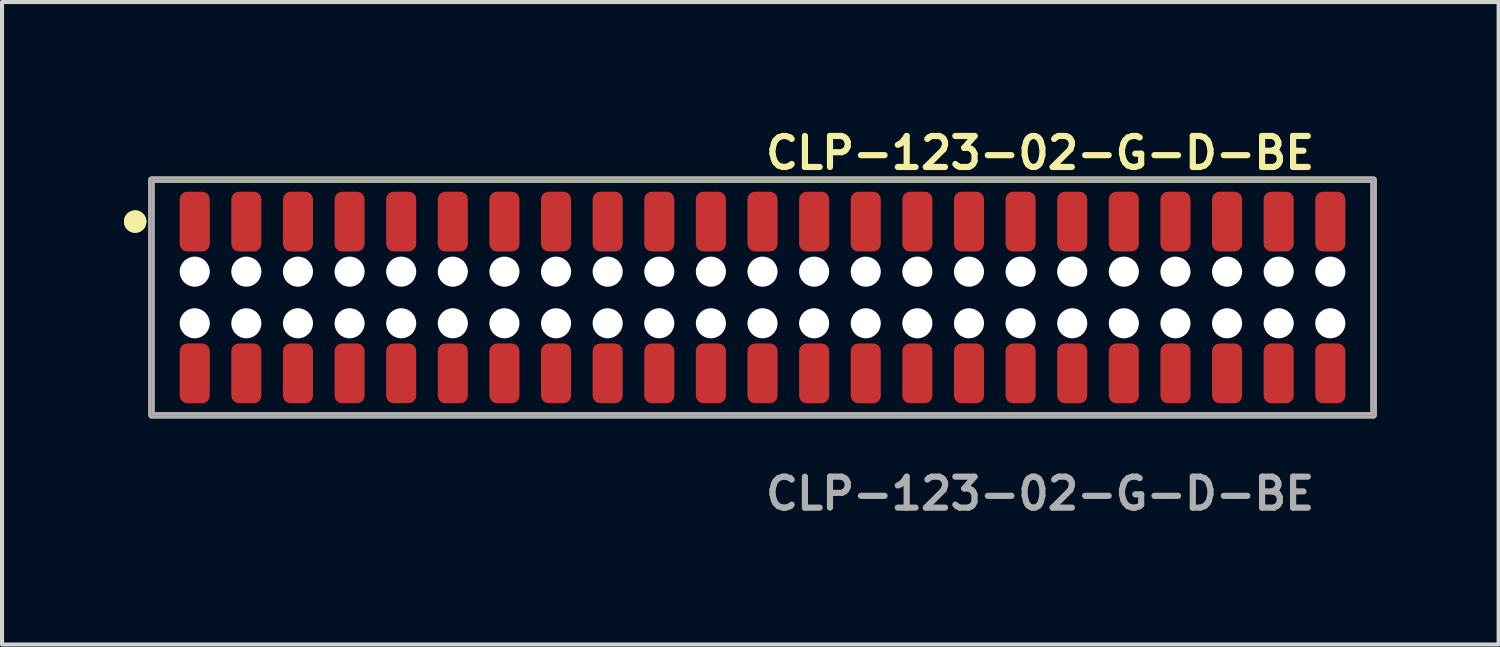
<source format=kicad_pcb>
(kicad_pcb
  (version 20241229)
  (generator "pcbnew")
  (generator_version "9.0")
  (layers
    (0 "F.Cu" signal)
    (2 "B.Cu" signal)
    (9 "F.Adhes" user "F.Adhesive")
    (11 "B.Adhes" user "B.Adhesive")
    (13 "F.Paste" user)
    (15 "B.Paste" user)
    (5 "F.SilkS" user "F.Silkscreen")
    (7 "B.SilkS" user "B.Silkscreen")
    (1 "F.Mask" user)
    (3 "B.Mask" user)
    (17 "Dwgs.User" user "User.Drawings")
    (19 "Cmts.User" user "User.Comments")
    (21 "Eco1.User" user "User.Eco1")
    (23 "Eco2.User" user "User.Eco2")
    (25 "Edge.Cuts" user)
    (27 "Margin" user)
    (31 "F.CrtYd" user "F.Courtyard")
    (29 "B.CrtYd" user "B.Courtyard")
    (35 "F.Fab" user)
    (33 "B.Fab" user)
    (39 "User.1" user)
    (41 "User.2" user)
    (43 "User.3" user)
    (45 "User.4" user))
  (footprint "CLP-123-02-G-D-BE"
    (layer "F.Cu")
    (at 15.711 4.269)
    (property "Reference" "CLP-123-02-G-D-BE" (at 0 -3.556 0) (unlocked yes) (layer "F.SilkS") (effects (font (size 0.762 0.762) (thickness 0.152)) (justify left)))
    (fp_rect (start -15.035 2.9) (end 15.035 -2.9) (stroke (width 0.152) (type solid)) (fill no) (layer "F.SilkS"))
    (fp_circle (center -15.435 -1.867) (end -15.635 -1.867) (stroke (width 0.152) (type solid)) (fill yes) (layer "F.SilkS"))
    (fp_circle (center -15.435 -1.867) (end -15.635 -1.867) (stroke (width 0.152) (type solid)) (fill yes) (layer "F.SilkS"))
    (fp_rect (start -15.035 2.9) (end 15.035 -2.9) (stroke (width 0.006) (type solid)) (fill no) (layer "F.CrtYd"))
    (fp_rect (start -15.035 2.9) (end 15.035 -2.9) (stroke (width 0.152) (type solid)) (fill no) (layer "F.Fab"))
    (fp_text user "${REFERENCE}" (at 0 4.826 0) (unlocked yes) (layer "F.Fab") (effects (font (size 0.762 0.762) (thickness 0.152)) (justify left)))
    (pad "" np_thru_hole circle (at -13.97 -0.635) (size 0.74 0.74) (drill 0.74) (layers "*.Cu" "*.Mask"))
    (pad "" np_thru_hole circle (at -13.97 0.635) (size 0.74 0.74) (drill 0.74) (layers "*.Cu" "*.Mask"))
    (pad "" np_thru_hole circle (at -12.7 -0.635) (size 0.74 0.74) (drill 0.74) (layers "*.Cu" "*.Mask"))
    (pad "" np_thru_hole circle (at -12.7 0.635) (size 0.74 0.74) (drill 0.74) (layers "*.Cu" "*.Mask"))
    (pad "" np_thru_hole circle (at -11.43 -0.635) (size 0.74 0.74) (drill 0.74) (layers "*.Cu" "*.Mask"))
    (pad "" np_thru_hole circle (at -11.43 0.635) (size 0.74 0.74) (drill 0.74) (layers "*.Cu" "*.Mask"))
    (pad "" np_thru_hole circle (at -10.16 -0.635) (size 0.74 0.74) (drill 0.74) (layers "*.Cu" "*.Mask"))
    (pad "" np_thru_hole circle (at -10.16 0.635) (size 0.74 0.74) (drill 0.74) (layers "*.Cu" "*.Mask"))
    (pad "" np_thru_hole circle (at -8.89 -0.635) (size 0.74 0.74) (drill 0.74) (layers "*.Cu" "*.Mask"))
    (pad "" np_thru_hole circle (at -8.89 0.635) (size 0.74 0.74) (drill 0.74) (layers "*.Cu" "*.Mask"))
    (pad "" np_thru_hole circle (at -7.62 -0.635) (size 0.74 0.74) (drill 0.74) (layers "*.Cu" "*.Mask"))
    (pad "" np_thru_hole circle (at -7.62 0.635) (size 0.74 0.74) (drill 0.74) (layers "*.Cu" "*.Mask"))
    (pad "" np_thru_hole circle (at -6.35 -0.635) (size 0.74 0.74) (drill 0.74) (layers "*.Cu" "*.Mask"))
    (pad "" np_thru_hole circle (at -6.35 0.635) (size 0.74 0.74) (drill 0.74) (layers "*.Cu" "*.Mask"))
    (pad "" np_thru_hole circle (at -5.08 -0.635) (size 0.74 0.74) (drill 0.74) (layers "*.Cu" "*.Mask"))
    (pad "" np_thru_hole circle (at -5.08 0.635) (size 0.74 0.74) (drill 0.74) (layers "*.Cu" "*.Mask"))
    (pad "" np_thru_hole circle (at -3.81 -0.635) (size 0.74 0.74) (drill 0.74) (layers "*.Cu" "*.Mask"))
    (pad "" np_thru_hole circle (at -3.81 0.635) (size 0.74 0.74) (drill 0.74) (layers "*.Cu" "*.Mask"))
    (pad "" np_thru_hole circle (at -2.54 -0.635) (size 0.74 0.74) (drill 0.74) (layers "*.Cu" "*.Mask"))
    (pad "" np_thru_hole circle (at -2.54 0.635) (size 0.74 0.74) (drill 0.74) (layers "*.Cu" "*.Mask"))
    (pad "" np_thru_hole circle (at -1.27 -0.635) (size 0.74 0.74) (drill 0.74) (layers "*.Cu" "*.Mask"))
    (pad "" np_thru_hole circle (at -1.27 0.635) (size 0.74 0.74) (drill 0.74) (layers "*.Cu" "*.Mask"))
    (pad "" np_thru_hole circle (at 0 -0.635) (size 0.74 0.74) (drill 0.74) (layers "*.Cu" "*.Mask"))
    (pad "" np_thru_hole circle (at 0 0.635) (size 0.74 0.74) (drill 0.74) (layers "*.Cu" "*.Mask"))
    (pad "" np_thru_hole circle (at 1.27 -0.635) (size 0.74 0.74) (drill 0.74) (layers "*.Cu" "*.Mask"))
    (pad "" np_thru_hole circle (at 1.27 0.635) (size 0.74 0.74) (drill 0.74) (layers "*.Cu" "*.Mask"))
    (pad "" np_thru_hole circle (at 2.54 -0.635) (size 0.74 0.74) (drill 0.74) (layers "*.Cu" "*.Mask"))
    (pad "" np_thru_hole circle (at 2.54 0.635) (size 0.74 0.74) (drill 0.74) (layers "*.Cu" "*.Mask"))
    (pad "" np_thru_hole circle (at 3.81 -0.635) (size 0.74 0.74) (drill 0.74) (layers "*.Cu" "*.Mask"))
    (pad "" np_thru_hole circle (at 3.81 0.635) (size 0.74 0.74) (drill 0.74) (layers "*.Cu" "*.Mask"))
    (pad "" np_thru_hole circle (at 5.08 -0.635) (size 0.74 0.74) (drill 0.74) (layers "*.Cu" "*.Mask"))
    (pad "" np_thru_hole circle (at 5.08 0.635) (size 0.74 0.74) (drill 0.74) (layers "*.Cu" "*.Mask"))
    (pad "" np_thru_hole circle (at 6.35 -0.635) (size 0.74 0.74) (drill 0.74) (layers "*.Cu" "*.Mask"))
    (pad "" np_thru_hole circle (at 6.35 0.635) (size 0.74 0.74) (drill 0.74) (layers "*.Cu" "*.Mask"))
    (pad "" np_thru_hole circle (at 7.62 -0.635) (size 0.74 0.74) (drill 0.74) (layers "*.Cu" "*.Mask"))
    (pad "" np_thru_hole circle (at 7.62 0.635) (size 0.74 0.74) (drill 0.74) (layers "*.Cu" "*.Mask"))
    (pad "" np_thru_hole circle (at 8.89 -0.635) (size 0.74 0.74) (drill 0.74) (layers "*.Cu" "*.Mask"))
    (pad "" np_thru_hole circle (at 8.89 0.635) (size 0.74 0.74) (drill 0.74) (layers "*.Cu" "*.Mask"))
    (pad "" np_thru_hole circle (at 10.16 -0.635) (size 0.74 0.74) (drill 0.74) (layers "*.Cu" "*.Mask"))
    (pad "" np_thru_hole circle (at 10.16 0.635) (size 0.74 0.74) (drill 0.74) (layers "*.Cu" "*.Mask"))
    (pad "" np_thru_hole circle (at 11.43 -0.635) (size 0.74 0.74) (drill 0.74) (layers "*.Cu" "*.Mask"))
    (pad "" np_thru_hole circle (at 11.43 0.635) (size 0.74 0.74) (drill 0.74) (layers "*.Cu" "*.Mask"))
    (pad "" np_thru_hole circle (at 12.7 -0.635) (size 0.74 0.74) (drill 0.74) (layers "*.Cu" "*.Mask"))
    (pad "" np_thru_hole circle (at 12.7 0.635) (size 0.74 0.74) (drill 0.74) (layers "*.Cu" "*.Mask"))
    (pad "" np_thru_hole circle (at 13.97 -0.635) (size 0.74 0.74) (drill 0.74) (layers "*.Cu" "*.Mask"))
    (pad "" np_thru_hole circle (at 13.97 0.635) (size 0.74 0.74) (drill 0.74) (layers "*.Cu" "*.Mask"))
    (pad "1" smd roundrect (at -13.97 -1.867) (size 0.74 1.47) (layers "F.Cu" "F.Paste") (roundrect_rratio 0.25))
    (pad "2" smd roundrect (at -13.97 1.867) (size 0.74 1.47) (layers "F.Cu" "F.Paste") (roundrect_rratio 0.25))
    (pad "3" smd roundrect (at -12.7 -1.867) (size 0.74 1.47) (layers "F.Cu" "F.Paste") (roundrect_rratio 0.25))
    (pad "4" smd roundrect (at -12.7 1.867) (size 0.74 1.47) (layers "F.Cu" "F.Paste") (roundrect_rratio 0.25))
    (pad "5" smd roundrect (at -11.43 -1.867) (size 0.74 1.47) (layers "F.Cu" "F.Paste") (roundrect_rratio 0.25))
    (pad "6" smd roundrect (at -11.43 1.867) (size 0.74 1.47) (layers "F.Cu" "F.Paste") (roundrect_rratio 0.25))
    (pad "7" smd roundrect (at -10.16 -1.867) (size 0.74 1.47) (layers "F.Cu" "F.Paste") (roundrect_rratio 0.25))
    (pad "8" smd roundrect (at -10.16 1.867) (size 0.74 1.47) (layers "F.Cu" "F.Paste") (roundrect_rratio 0.25))
    (pad "9" smd roundrect (at -8.89 -1.867) (size 0.74 1.47) (layers "F.Cu" "F.Paste") (roundrect_rratio 0.25))
    (pad "10" smd roundrect (at -8.89 1.867) (size 0.74 1.47) (layers "F.Cu" "F.Paste") (roundrect_rratio 0.25))
    (pad "11" smd roundrect (at -7.62 -1.867) (size 0.74 1.47) (layers "F.Cu" "F.Paste") (roundrect_rratio 0.25))
    (pad "12" smd roundrect (at -7.62 1.867) (size 0.74 1.47) (layers "F.Cu" "F.Paste") (roundrect_rratio 0.25))
    (pad "13" smd roundrect (at -6.35 -1.867) (size 0.74 1.47) (layers "F.Cu" "F.Paste") (roundrect_rratio 0.25))
    (pad "14" smd roundrect (at -6.35 1.867) (size 0.74 1.47) (layers "F.Cu" "F.Paste") (roundrect_rratio 0.25))
    (pad "15" smd roundrect (at -5.08 -1.867) (size 0.74 1.47) (layers "F.Cu" "F.Paste") (roundrect_rratio 0.25))
    (pad "16" smd roundrect (at -5.08 1.867) (size 0.74 1.47) (layers "F.Cu" "F.Paste") (roundrect_rratio 0.25))
    (pad "17" smd roundrect (at -3.81 -1.867) (size 0.74 1.47) (layers "F.Cu" "F.Paste") (roundrect_rratio 0.25))
    (pad "18" smd roundrect (at -3.81 1.867) (size 0.74 1.47) (layers "F.Cu" "F.Paste") (roundrect_rratio 0.25))
    (pad "19" smd roundrect (at -2.54 -1.867) (size 0.74 1.47) (layers "F.Cu" "F.Paste") (roundrect_rratio 0.25))
    (pad "20" smd roundrect (at -2.54 1.867) (size 0.74 1.47) (layers "F.Cu" "F.Paste") (roundrect_rratio 0.25))
    (pad "21" smd roundrect (at -1.27 -1.867) (size 0.74 1.47) (layers "F.Cu" "F.Paste") (roundrect_rratio 0.25))
    (pad "22" smd roundrect (at -1.27 1.867) (size 0.74 1.47) (layers "F.Cu" "F.Paste") (roundrect_rratio 0.25))
    (pad "23" smd roundrect (at 0 -1.867) (size 0.74 1.47) (layers "F.Cu" "F.Paste") (roundrect_rratio 0.25))
    (pad "24" smd roundrect (at 0 1.867) (size 0.74 1.47) (layers "F.Cu" "F.Paste") (roundrect_rratio 0.25))
    (pad "25" smd roundrect (at 1.27 -1.867) (size 0.74 1.47) (layers "F.Cu" "F.Paste") (roundrect_rratio 0.25))
    (pad "26" smd roundrect (at 1.27 1.867) (size 0.74 1.47) (layers "F.Cu" "F.Paste") (roundrect_rratio 0.25))
    (pad "27" smd roundrect (at 2.54 -1.867) (size 0.74 1.47) (layers "F.Cu" "F.Paste") (roundrect_rratio 0.25))
    (pad "28" smd roundrect (at 2.54 1.867) (size 0.74 1.47) (layers "F.Cu" "F.Paste") (roundrect_rratio 0.25))
    (pad "29" smd roundrect (at 3.81 -1.867) (size 0.74 1.47) (layers "F.Cu" "F.Paste") (roundrect_rratio 0.25))
    (pad "30" smd roundrect (at 3.81 1.867) (size 0.74 1.47) (layers "F.Cu" "F.Paste") (roundrect_rratio 0.25))
    (pad "31" smd roundrect (at 5.08 -1.867) (size 0.74 1.47) (layers "F.Cu" "F.Paste") (roundrect_rratio 0.25))
    (pad "32" smd roundrect (at 5.08 1.867) (size 0.74 1.47) (layers "F.Cu" "F.Paste") (roundrect_rratio 0.25))
    (pad "33" smd roundrect (at 6.35 -1.867) (size 0.74 1.47) (layers "F.Cu" "F.Paste") (roundrect_rratio 0.25))
    (pad "34" smd roundrect (at 6.35 1.867) (size 0.74 1.47) (layers "F.Cu" "F.Paste") (roundrect_rratio 0.25))
    (pad "35" smd roundrect (at 7.62 -1.867) (size 0.74 1.47) (layers "F.Cu" "F.Paste") (roundrect_rratio 0.25))
    (pad "36" smd roundrect (at 7.62 1.867) (size 0.74 1.47) (layers "F.Cu" "F.Paste") (roundrect_rratio 0.25))
    (pad "37" smd roundrect (at 8.89 -1.867) (size 0.74 1.47) (layers "F.Cu" "F.Paste") (roundrect_rratio 0.25))
    (pad "38" smd roundrect (at 8.89 1.867) (size 0.74 1.47) (layers "F.Cu" "F.Paste") (roundrect_rratio 0.25))
    (pad "39" smd roundrect (at 10.16 -1.867) (size 0.74 1.47) (layers "F.Cu" "F.Paste") (roundrect_rratio 0.25))
    (pad "40" smd roundrect (at 10.16 1.867) (size 0.74 1.47) (layers "F.Cu" "F.Paste") (roundrect_rratio 0.25))
    (pad "41" smd roundrect (at 11.43 -1.867) (size 0.74 1.47) (layers "F.Cu" "F.Paste") (roundrect_rratio 0.25))
    (pad "42" smd roundrect (at 11.43 1.867) (size 0.74 1.47) (layers "F.Cu" "F.Paste") (roundrect_rratio 0.25))
    (pad "43" smd roundrect (at 12.7 -1.867) (size 0.74 1.47) (layers "F.Cu" "F.Paste") (roundrect_rratio 0.25))
    (pad "44" smd roundrect (at 12.7 1.867) (size 0.74 1.47) (layers "F.Cu" "F.Paste") (roundrect_rratio 0.25))
    (pad "45" smd roundrect (at 13.97 -1.867) (size 0.74 1.47) (layers "F.Cu" "F.Paste") (roundrect_rratio 0.25))
    (pad "46" smd roundrect (at 13.97 1.867) (size 0.74 1.47) (layers "F.Cu" "F.Paste") (roundrect_rratio 0.25)))
  (gr_rect
    (start -3 -3)
    (end 33.822 12.808)
    (stroke (width 0.1) (type default))
    (fill no)
    (layer "Edge.Cuts")))
</source>
